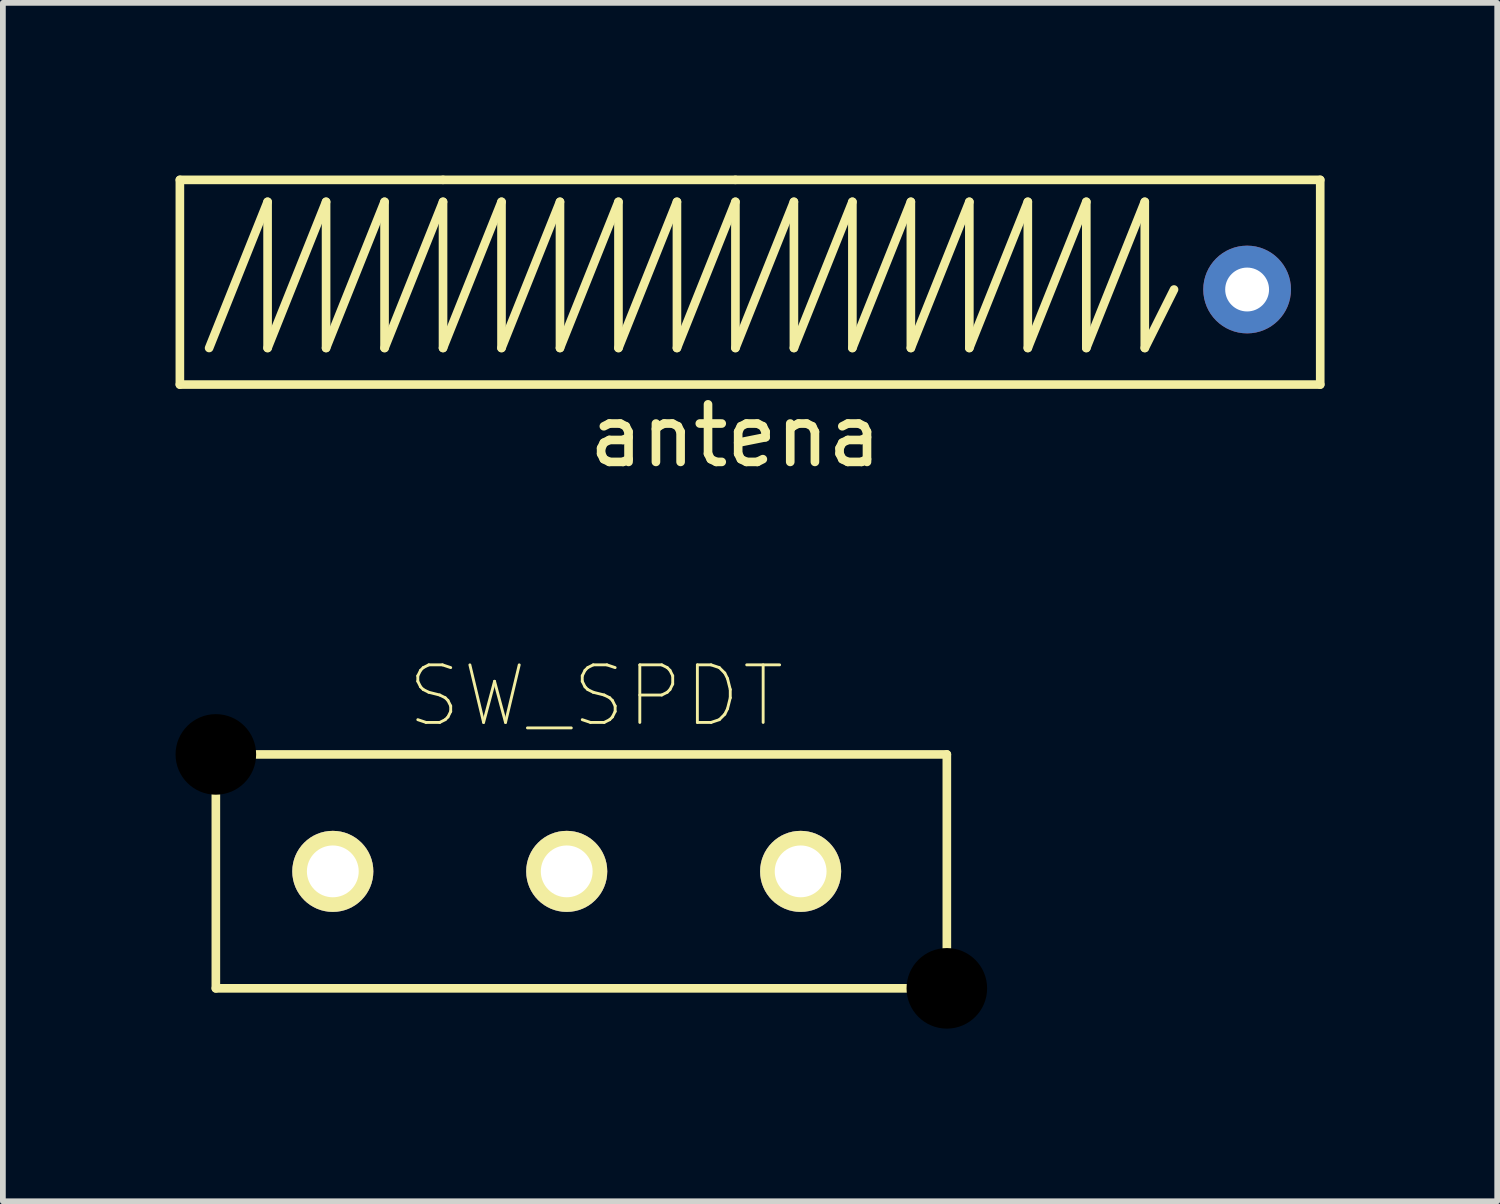
<source format=kicad_pcb>
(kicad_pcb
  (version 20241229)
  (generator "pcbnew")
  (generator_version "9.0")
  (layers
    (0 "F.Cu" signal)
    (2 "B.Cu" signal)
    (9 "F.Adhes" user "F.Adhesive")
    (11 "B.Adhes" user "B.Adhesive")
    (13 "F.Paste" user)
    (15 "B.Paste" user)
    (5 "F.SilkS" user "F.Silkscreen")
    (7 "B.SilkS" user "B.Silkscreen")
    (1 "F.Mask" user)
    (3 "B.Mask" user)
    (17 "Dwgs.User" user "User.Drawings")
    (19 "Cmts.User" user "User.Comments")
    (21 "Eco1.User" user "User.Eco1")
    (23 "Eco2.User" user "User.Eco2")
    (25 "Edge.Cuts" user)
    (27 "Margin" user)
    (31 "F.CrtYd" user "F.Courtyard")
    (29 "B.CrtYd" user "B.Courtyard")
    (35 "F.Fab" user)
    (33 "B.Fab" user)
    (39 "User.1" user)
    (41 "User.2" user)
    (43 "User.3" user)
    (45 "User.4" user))
  (footprint "SW_SPDT"
    (layer "F.Cu")
    (at 6.796 12.089)
    (property "Reference" "SW_SPDT" (at 0.508 -3.048 0) (layer "F.SilkS") (effects (font (size 1 1) (thickness 0.05))))
    (attr through_hole)
    (fp_line (start -6.096 -2.032) (end -6.096 2.032) (stroke (width 0.15) (type solid)) (layer "F.SilkS"))
    (fp_line (start -6.096 2.032) (end 6.604 2.032) (stroke (width 0.15) (type solid)) (layer "F.SilkS"))
    (fp_line (start 6.604 -2.032) (end -6.096 -2.032) (stroke (width 0.15) (type solid)) (layer "F.SilkS"))
    (fp_line (start 6.604 2.032) (end 6.604 -2.032) (stroke (width 0.15) (type solid)) (layer "F.SilkS"))
    (pad "" np_thru_hole circle (at -6.096 -2.032) (size 1.4 1.4) (drill 1.4) (layers))
    (pad "" np_thru_hole circle (at 6.604 2.032) (size 1.4 1.4) (drill 1.4) (layers))
    (pad "1" thru_hole circle (at 4.064 0) (size 1.408 1.408) (drill 0.9) (layers "*.Cu" "*.Mask" "F.SilkS"))
    (pad "2" thru_hole circle (at 0 0) (size 1.408 1.408) (drill 0.9) (layers "*.Cu" "*.Mask" "F.SilkS"))
    (pad "3" thru_hole circle (at -4.064 0) (size 1.408 1.408) (drill 0.9) (layers "*.Cu" "*.Mask" "F.SilkS")))
  (footprint "antena"
    (layer "F.Cu")
    (at 9.727 1.98)
    (property "Reference" "antena" (at 0 2.54 0) (layer "F.SilkS") (effects (font (size 1 1) (thickness 0.15))))
    (attr through_hole)
    (fp_line (start -9.652 -1.905) (end -9.652 1.651) (stroke (width 0.15) (type solid)) (layer "F.SilkS"))
    (fp_line (start -9.652 1.651) (end 10.16 1.651) (stroke (width 0.15) (type solid)) (layer "F.SilkS"))
    (fp_line (start -9.144 1.016) (end -8.128 -1.524) (stroke (width 0.15) (type solid)) (layer "F.SilkS"))
    (fp_line (start -8.128 -1.524) (end -8.128 1.016) (stroke (width 0.15) (type solid)) (layer "F.SilkS"))
    (fp_line (start -8.128 1.016) (end -7.112 -1.524) (stroke (width 0.15) (type solid)) (layer "F.SilkS"))
    (fp_line (start -7.112 -1.524) (end -7.112 1.016) (stroke (width 0.15) (type solid)) (layer "F.SilkS"))
    (fp_line (start -7.112 1.016) (end -6.096 -1.524) (stroke (width 0.15) (type solid)) (layer "F.SilkS"))
    (fp_line (start -6.096 -1.524) (end -6.096 1.016) (stroke (width 0.15) (type solid)) (layer "F.SilkS"))
    (fp_line (start -6.096 1.016) (end -5.08 -1.524) (stroke (width 0.15) (type solid)) (layer "F.SilkS"))
    (fp_line (start -5.08 -1.905) (end -9.652 -1.905) (stroke (width 0.15) (type solid)) (layer "F.SilkS"))
    (fp_line (start -5.08 -1.524) (end -5.08 1.016) (stroke (width 0.15) (type solid)) (layer "F.SilkS"))
    (fp_line (start -5.08 1.016) (end -4.064 -1.524) (stroke (width 0.15) (type solid)) (layer "F.SilkS"))
    (fp_line (start -4.064 -1.524) (end -4.064 1.016) (stroke (width 0.15) (type solid)) (layer "F.SilkS"))
    (fp_line (start -4.064 1.016) (end -3.048 -1.524) (stroke (width 0.15) (type solid)) (layer "F.SilkS"))
    (fp_line (start -3.048 -1.524) (end -3.048 1.016) (stroke (width 0.15) (type solid)) (layer "F.SilkS"))
    (fp_line (start -3.048 1.016) (end -2.032 -1.524) (stroke (width 0.15) (type solid)) (layer "F.SilkS"))
    (fp_line (start -2.032 -1.524) (end -2.032 1.016) (stroke (width 0.15) (type solid)) (layer "F.SilkS"))
    (fp_line (start -2.032 1.016) (end -1.016 -1.524) (stroke (width 0.15) (type solid)) (layer "F.SilkS"))
    (fp_line (start -1.016 -1.524) (end -1.016 1.016) (stroke (width 0.15) (type solid)) (layer "F.SilkS"))
    (fp_line (start -1.016 1.016) (end 0 -1.524) (stroke (width 0.15) (type solid)) (layer "F.SilkS"))
    (fp_line (start 0 -1.905) (end -5.08 -1.905) (stroke (width 0.15) (type solid)) (layer "F.SilkS"))
    (fp_line (start 0 -1.905) (end 10.16 -1.905) (stroke (width 0.15) (type solid)) (layer "F.SilkS"))
    (fp_line (start 0 -1.524) (end 0 1.016) (stroke (width 0.15) (type solid)) (layer "F.SilkS"))
    (fp_line (start 0 1.016) (end 1.016 -1.524) (stroke (width 0.15) (type solid)) (layer "F.SilkS"))
    (fp_line (start 1.016 -1.524) (end 1.016 1.016) (stroke (width 0.15) (type solid)) (layer "F.SilkS"))
    (fp_line (start 1.016 1.016) (end 2.032 -1.524) (stroke (width 0.15) (type solid)) (layer "F.SilkS"))
    (fp_line (start 2.032 -1.524) (end 2.032 1.016) (stroke (width 0.15) (type solid)) (layer "F.SilkS"))
    (fp_line (start 2.032 1.016) (end 3.048 -1.524) (stroke (width 0.15) (type solid)) (layer "F.SilkS"))
    (fp_line (start 3.048 -1.524) (end 3.048 1.016) (stroke (width 0.15) (type solid)) (layer "F.SilkS"))
    (fp_line (start 3.048 1.016) (end 4.064 -1.524) (stroke (width 0.15) (type solid)) (layer "F.SilkS"))
    (fp_line (start 4.064 -1.524) (end 4.064 1.016) (stroke (width 0.15) (type solid)) (layer "F.SilkS"))
    (fp_line (start 4.064 1.016) (end 5.08 -1.524) (stroke (width 0.15) (type solid)) (layer "F.SilkS"))
    (fp_line (start 5.08 -1.524) (end 5.08 1.016) (stroke (width 0.15) (type solid)) (layer "F.SilkS"))
    (fp_line (start 5.08 1.016) (end 6.096 -1.524) (stroke (width 0.15) (type solid)) (layer "F.SilkS"))
    (fp_line (start 6.096 -1.524) (end 6.096 1.016) (stroke (width 0.15) (type solid)) (layer "F.SilkS"))
    (fp_line (start 6.096 1.016) (end 7.112 -1.524) (stroke (width 0.15) (type solid)) (layer "F.SilkS"))
    (fp_line (start 7.112 -1.524) (end 7.112 1.016) (stroke (width 0.15) (type solid)) (layer "F.SilkS"))
    (fp_line (start 7.112 1.016) (end 7.62 0) (stroke (width 0.15) (type solid)) (layer "F.SilkS"))
    (fp_line (start 10.16 -1.905) (end 10.16 1.651) (stroke (width 0.15) (type solid)) (layer "F.SilkS"))
    (pad "1" thru_hole circle (at 8.89 0) (size 1.524 1.524) (drill 0.762) (layers "*.Cu" "*.Mask")))
  (gr_rect
    (start -3 -3)
    (end 22.962 17.821)
    (stroke (width 0.1) (type default))
    (fill no)
    (layer "Edge.Cuts")))
</source>
